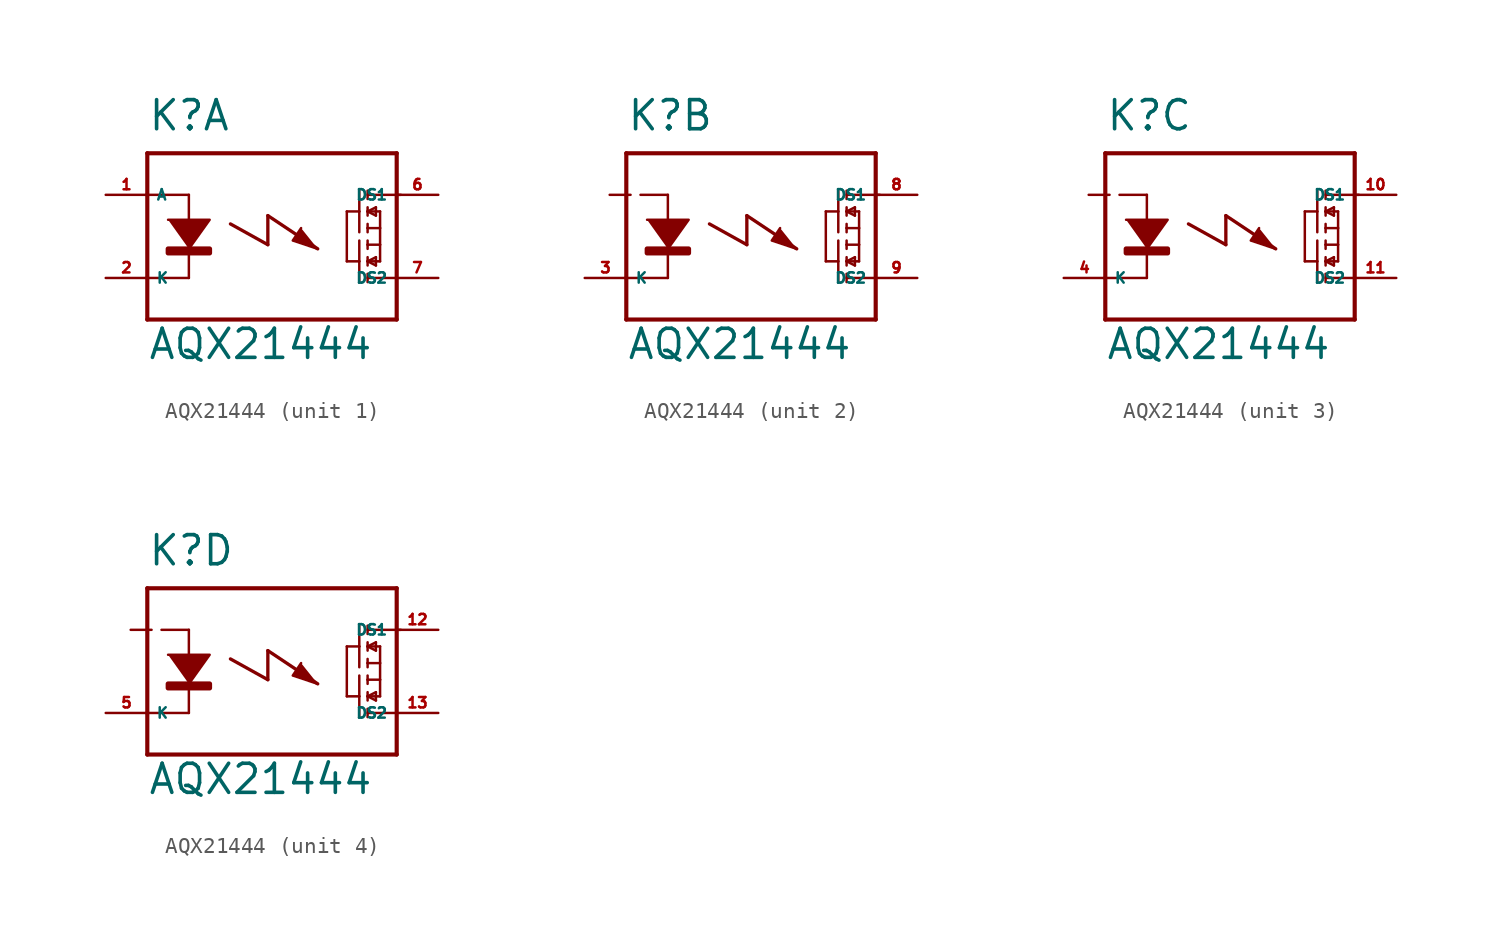
<source format=kicad_sym>
(kicad_symbol_lib
  (version 20220914)
  (generator Eagle2Kicad)
  (symbol "AQX21444"
    (property "Reference" "K"
      (at -7.62 6.35 0)
      (effects (font (size 1.778 1.778) (thickness 0.22)) (justify left bottom)))
    (property "Value" "AQX21444"
      (at -7.62 -7.62 0)
      (effects (font (size 1.778 1.778) (thickness 0.22)) (justify left bottom)))
    (symbol "AQX21444_1_0"
      (polyline (pts (xy -6.35 1.016) (xy -3.81 1.016) (xy -5.08 -0.762)) (stroke (width 0.152) (type default)) (fill (type outline)))
      (polyline (pts (xy 1.778 0.508) (xy 1.27 -0.254) (xy 2.794 -0.762)) (stroke (width 0.152) (type default)) (fill (type outline)))
      (polyline (pts (xy -5.08 2.54) (xy -5.08 -2.54)) (stroke (width 0.152) (type default)) (fill (type none)))
      (polyline (pts (xy 5.842 2.794) (xy 5.842 2.286)) (stroke (width 0.152) (type default)) (fill (type none)))
      (polyline (pts (xy 5.842 1.778) (xy 5.842 1.524)) (stroke (width 0.152) (type default)) (fill (type none)))
      (polyline (pts (xy 5.842 1.524) (xy 5.842 1.27)) (stroke (width 0.152) (type default)) (fill (type none)))
      (polyline (pts (xy 5.842 0.762) (xy 5.842 0.508)) (stroke (width 0.152) (type default)) (fill (type none)))
      (polyline (pts (xy 5.842 0.508) (xy 5.842 0.254)) (stroke (width 0.152) (type default)) (fill (type none)))
      (polyline (pts (xy 5.842 1.524) (xy 6.604 1.524)) (stroke (width 0.152) (type default)) (fill (type none)))
      (polyline (pts (xy 6.35 1.778) (xy 5.842 1.524)) (stroke (width 0.152) (type default)) (fill (type none)))
      (polyline (pts (xy 5.842 1.524) (xy 6.35 1.27)) (stroke (width 0.152) (type default)) (fill (type none)))
      (polyline (pts (xy 6.35 1.27) (xy 6.35 1.778)) (stroke (width 0.152) (type default)) (fill (type none)))
      (polyline (pts (xy 5.842 0.508) (xy 6.604 0.508)) (stroke (width 0.152) (type default)) (fill (type none)))
      (polyline (pts (xy 6.604 0.508) (xy 6.604 1.524)) (stroke (width 0.152) (type default)) (fill (type none)))
      (polyline (pts (xy 5.334 2.794) (xy 5.334 1.524)) (stroke (width 0.152) (type default)) (fill (type none)))
      (polyline (pts (xy 5.334 1.524) (xy 5.334 0.254)) (stroke (width 0.152) (type default)) (fill (type none)))
      (polyline (pts (xy 5.334 1.524) (xy 4.572 1.524)) (stroke (width 0.152) (type default)) (fill (type none)))
      (polyline (pts (xy 5.842 -2.794) (xy 5.842 -2.286)) (stroke (width 0.152) (type default)) (fill (type none)))
      (polyline (pts (xy 5.842 -1.778) (xy 5.842 -1.524)) (stroke (width 0.152) (type default)) (fill (type none)))
      (polyline (pts (xy 5.842 -1.524) (xy 5.842 -1.27)) (stroke (width 0.152) (type default)) (fill (type none)))
      (polyline (pts (xy 5.842 -0.762) (xy 5.842 -0.508)) (stroke (width 0.152) (type default)) (fill (type none)))
      (polyline (pts (xy 5.842 -0.508) (xy 5.842 -0.254)) (stroke (width 0.152) (type default)) (fill (type none)))
      (polyline (pts (xy 5.842 -1.524) (xy 6.604 -1.524)) (stroke (width 0.152) (type default)) (fill (type none)))
      (polyline (pts (xy 6.35 -1.778) (xy 5.842 -1.524)) (stroke (width 0.152) (type default)) (fill (type none)))
      (polyline (pts (xy 5.842 -1.524) (xy 6.35 -1.27)) (stroke (width 0.152) (type default)) (fill (type none)))
      (polyline (pts (xy 6.35 -1.27) (xy 6.35 -1.778)) (stroke (width 0.152) (type default)) (fill (type none)))
      (polyline (pts (xy 5.842 -0.508) (xy 6.604 -0.508)) (stroke (width 0.152) (type default)) (fill (type none)))
      (polyline (pts (xy 6.604 -0.508) (xy 6.604 -1.524)) (stroke (width 0.152) (type default)) (fill (type none)))
      (polyline (pts (xy 6.604 0.508) (xy 6.604 -0.508)) (stroke (width 0.152) (type default)) (fill (type none)))
      (polyline (pts (xy 5.334 -2.794) (xy 5.334 -1.524)) (stroke (width 0.152) (type default)) (fill (type none)))
      (polyline (pts (xy 5.334 -1.524) (xy 5.334 -0.254)) (stroke (width 0.152) (type default)) (fill (type none)))
      (polyline (pts (xy 5.334 -1.524) (xy 4.572 -1.524)) (stroke (width 0.152) (type default)) (fill (type none)))
      (polyline (pts (xy 4.572 1.524) (xy 4.572 -1.524)) (stroke (width 0.152) (type default)) (fill (type none)))
      (polyline (pts (xy -7.62 5.08) (xy -7.62 2.54)) (stroke (width 0.254) (type default)) (fill (type none)))
      (polyline (pts (xy -7.62 2.54) (xy -7.62 -2.54)) (stroke (width 0.254) (type default)) (fill (type none)))
      (polyline (pts (xy -7.62 -2.54) (xy -7.62 -5.08)) (stroke (width 0.254) (type default)) (fill (type none)))
      (polyline (pts (xy -7.62 -5.08) (xy 7.62 -5.08)) (stroke (width 0.254) (type default)) (fill (type none)))
      (polyline (pts (xy 5.842 2.54) (xy 7.874 2.54)) (stroke (width 0.152) (type default)) (fill (type none)))
      (polyline (pts (xy 5.842 -2.54) (xy 7.62 -2.54)) (stroke (width 0.152) (type default)) (fill (type none)))
      (polyline (pts (xy 7.62 -5.08) (xy 7.62 5.08)) (stroke (width 0.254) (type default)) (fill (type none)))
      (polyline (pts (xy 7.62 5.08) (xy -7.62 5.08)) (stroke (width 0.254) (type default)) (fill (type none)))
      (polyline (pts (xy -5.08 2.54) (xy -7.62 2.54)) (stroke (width 0.152) (type default)) (fill (type none)))
      (polyline (pts (xy -5.08 -2.54) (xy -7.62 -2.54)) (stroke (width 0.152) (type default)) (fill (type none)))
      (polyline (pts (xy -2.54 0.762) (xy -0.254 -0.508)) (stroke (width 0.203) (type default)) (fill (type none)))
      (polyline (pts (xy -0.254 -0.508) (xy -0.254 1.27)) (stroke (width 0.203) (type default)) (fill (type none)))
      (polyline (pts (xy -0.254 1.27) (xy 2.794 -0.762)) (stroke (width 0.203) (type default)) (fill (type none)))
      (rectangle (start -6.35 -1.016) (end -3.81 -0.762) (stroke (width 0.3) (type default)) (fill (type outline)))
      (pin passive line (at -10.16 2.54 0) (length 2.54) (name "A" (effects (font (size 0.635 0.635) (thickness 0.08)) (justify left bottom))) (number "1" (effects (font (size 0.635 0.635) (thickness 0.08)) (justify left bottom))))
      (pin passive line (at -10.16 -2.54 0) (length 2.54) (name "K" (effects (font (size 0.635 0.635) (thickness 0.08)) (justify left bottom))) (number "2" (effects (font (size 0.635 0.635) (thickness 0.08)) (justify left bottom))))
      (pin passive line (at 10.16 2.54 180) (length 2.54) (name "DS1" (effects (font (size 0.635 0.635) (thickness 0.08)) (justify left bottom))) (number "6" (effects (font (size 0.635 0.635) (thickness 0.08)) (justify left bottom))))
      (pin passive line (at 10.16 -2.54 180) (length 2.54) (name "DS2" (effects (font (size 0.635 0.635) (thickness 0.08)) (justify left bottom))) (number "7" (effects (font (size 0.635 0.635) (thickness 0.08)) (justify left bottom)))))
    (symbol "AQX21444_2_0"
      (polyline (pts (xy -6.35 1.016) (xy -3.81 1.016) (xy -5.08 -0.762)) (stroke (width 0.152) (type default)) (fill (type outline)))
      (polyline (pts (xy 1.778 0.508) (xy 1.27 -0.254) (xy 2.794 -0.762)) (stroke (width 0.152) (type default)) (fill (type outline)))
      (polyline (pts (xy -5.08 2.54) (xy -5.08 -2.54)) (stroke (width 0.152) (type default)) (fill (type none)))
      (polyline (pts (xy -7.62 5.08) (xy -7.62 -2.54)) (stroke (width 0.254) (type default)) (fill (type none)))
      (polyline (pts (xy -7.62 -2.54) (xy -7.62 -5.08)) (stroke (width 0.254) (type default)) (fill (type none)))
      (polyline (pts (xy -7.62 -5.08) (xy 7.62 -5.08)) (stroke (width 0.254) (type default)) (fill (type none)))
      (polyline (pts (xy 7.62 -5.08) (xy 7.62 5.08)) (stroke (width 0.254) (type default)) (fill (type none)))
      (polyline (pts (xy 7.62 5.08) (xy -7.62 5.08)) (stroke (width 0.254) (type default)) (fill (type none)))
      (polyline (pts (xy -5.08 2.54) (xy -8.636 2.54)) (stroke (width 0.152) (type dash)) (fill (type none)))
      (polyline (pts (xy 5.842 2.794) (xy 5.842 2.286)) (stroke (width 0.152) (type default)) (fill (type none)))
      (polyline (pts (xy 5.842 1.778) (xy 5.842 1.524)) (stroke (width 0.152) (type default)) (fill (type none)))
      (polyline (pts (xy 5.842 1.524) (xy 5.842 1.27)) (stroke (width 0.152) (type default)) (fill (type none)))
      (polyline (pts (xy 5.842 0.762) (xy 5.842 0.508)) (stroke (width 0.152) (type default)) (fill (type none)))
      (polyline (pts (xy 5.842 0.508) (xy 5.842 0.254)) (stroke (width 0.152) (type default)) (fill (type none)))
      (polyline (pts (xy 5.842 1.524) (xy 6.604 1.524)) (stroke (width 0.152) (type default)) (fill (type none)))
      (polyline (pts (xy 6.35 1.778) (xy 5.842 1.524)) (stroke (width 0.152) (type default)) (fill (type none)))
      (polyline (pts (xy 5.842 1.524) (xy 6.35 1.27)) (stroke (width 0.152) (type default)) (fill (type none)))
      (polyline (pts (xy 6.35 1.27) (xy 6.35 1.778)) (stroke (width 0.152) (type default)) (fill (type none)))
      (polyline (pts (xy 5.842 0.508) (xy 6.604 0.508)) (stroke (width 0.152) (type default)) (fill (type none)))
      (polyline (pts (xy 6.604 0.508) (xy 6.604 1.524)) (stroke (width 0.152) (type default)) (fill (type none)))
      (polyline (pts (xy 5.334 2.794) (xy 5.334 1.524)) (stroke (width 0.152) (type default)) (fill (type none)))
      (polyline (pts (xy 5.334 1.524) (xy 5.334 0.254)) (stroke (width 0.152) (type default)) (fill (type none)))
      (polyline (pts (xy 5.334 1.524) (xy 4.572 1.524)) (stroke (width 0.152) (type default)) (fill (type none)))
      (polyline (pts (xy 5.842 -2.794) (xy 5.842 -2.286)) (stroke (width 0.152) (type default)) (fill (type none)))
      (polyline (pts (xy 5.842 -1.778) (xy 5.842 -1.524)) (stroke (width 0.152) (type default)) (fill (type none)))
      (polyline (pts (xy 5.842 -1.524) (xy 5.842 -1.27)) (stroke (width 0.152) (type default)) (fill (type none)))
      (polyline (pts (xy 5.842 -0.762) (xy 5.842 -0.508)) (stroke (width 0.152) (type default)) (fill (type none)))
      (polyline (pts (xy 5.842 -0.508) (xy 5.842 -0.254)) (stroke (width 0.152) (type default)) (fill (type none)))
      (polyline (pts (xy 5.842 -1.524) (xy 6.604 -1.524)) (stroke (width 0.152) (type default)) (fill (type none)))
      (polyline (pts (xy 6.35 -1.778) (xy 5.842 -1.524)) (stroke (width 0.152) (type default)) (fill (type none)))
      (polyline (pts (xy 5.842 -1.524) (xy 6.35 -1.27)) (stroke (width 0.152) (type default)) (fill (type none)))
      (polyline (pts (xy 6.35 -1.27) (xy 6.35 -1.778)) (stroke (width 0.152) (type default)) (fill (type none)))
      (polyline (pts (xy 5.842 -0.508) (xy 6.604 -0.508)) (stroke (width 0.152) (type default)) (fill (type none)))
      (polyline (pts (xy 6.604 -0.508) (xy 6.604 -1.524)) (stroke (width 0.152) (type default)) (fill (type none)))
      (polyline (pts (xy 6.604 0.508) (xy 6.604 -0.508)) (stroke (width 0.152) (type default)) (fill (type none)))
      (polyline (pts (xy 5.334 -2.794) (xy 5.334 -1.524)) (stroke (width 0.152) (type default)) (fill (type none)))
      (polyline (pts (xy 5.334 -1.524) (xy 5.334 -0.254)) (stroke (width 0.152) (type default)) (fill (type none)))
      (polyline (pts (xy 5.334 -1.524) (xy 4.572 -1.524)) (stroke (width 0.152) (type default)) (fill (type none)))
      (polyline (pts (xy 4.572 1.524) (xy 4.572 -1.524)) (stroke (width 0.152) (type default)) (fill (type none)))
      (polyline (pts (xy 5.842 2.54) (xy 7.874 2.54)) (stroke (width 0.152) (type default)) (fill (type none)))
      (polyline (pts (xy 5.842 -2.54) (xy 7.62 -2.54)) (stroke (width 0.152) (type default)) (fill (type none)))
      (polyline (pts (xy -5.08 -2.54) (xy -7.62 -2.54)) (stroke (width 0.152) (type default)) (fill (type none)))
      (polyline (pts (xy -2.54 0.762) (xy -0.254 -0.508)) (stroke (width 0.203) (type default)) (fill (type none)))
      (polyline (pts (xy -0.254 -0.508) (xy -0.254 1.27)) (stroke (width 0.203) (type default)) (fill (type none)))
      (polyline (pts (xy -0.254 1.27) (xy 2.794 -0.762)) (stroke (width 0.203) (type default)) (fill (type none)))
      (rectangle (start -6.35 -1.016) (end -3.81 -0.762) (stroke (width 0.3) (type default)) (fill (type outline)))
      (pin passive line (at -10.16 -2.54 0) (length 2.54) (name "K" (effects (font (size 0.635 0.635) (thickness 0.08)) (justify left bottom))) (number "3" (effects (font (size 0.635 0.635) (thickness 0.08)) (justify left bottom))))
      (pin passive line (at 10.16 2.54 180) (length 2.54) (name "DS1" (effects (font (size 0.635 0.635) (thickness 0.08)) (justify left bottom))) (number "8" (effects (font (size 0.635 0.635) (thickness 0.08)) (justify left bottom))))
      (pin passive line (at 10.16 -2.54 180) (length 2.54) (name "DS2" (effects (font (size 0.635 0.635) (thickness 0.08)) (justify left bottom))) (number "9" (effects (font (size 0.635 0.635) (thickness 0.08)) (justify left bottom)))))
    (symbol "AQX21444_3_0"
      (polyline (pts (xy -6.35 1.016) (xy -3.81 1.016) (xy -5.08 -0.762)) (stroke (width 0.152) (type default)) (fill (type outline)))
      (polyline (pts (xy 1.778 0.508) (xy 1.27 -0.254) (xy 2.794 -0.762)) (stroke (width 0.152) (type default)) (fill (type outline)))
      (polyline (pts (xy -5.08 2.54) (xy -5.08 -2.54)) (stroke (width 0.152) (type default)) (fill (type none)))
      (polyline (pts (xy -7.62 5.08) (xy -7.62 -2.54)) (stroke (width 0.254) (type default)) (fill (type none)))
      (polyline (pts (xy -7.62 -2.54) (xy -7.62 -5.08)) (stroke (width 0.254) (type default)) (fill (type none)))
      (polyline (pts (xy -7.62 -5.08) (xy 7.62 -5.08)) (stroke (width 0.254) (type default)) (fill (type none)))
      (polyline (pts (xy 7.62 -5.08) (xy 7.62 5.08)) (stroke (width 0.254) (type default)) (fill (type none)))
      (polyline (pts (xy 7.62 5.08) (xy -7.62 5.08)) (stroke (width 0.254) (type default)) (fill (type none)))
      (polyline (pts (xy -5.08 2.54) (xy -8.636 2.54)) (stroke (width 0.152) (type dash)) (fill (type none)))
      (polyline (pts (xy 5.842 2.794) (xy 5.842 2.286)) (stroke (width 0.152) (type default)) (fill (type none)))
      (polyline (pts (xy 5.842 1.778) (xy 5.842 1.524)) (stroke (width 0.152) (type default)) (fill (type none)))
      (polyline (pts (xy 5.842 1.524) (xy 5.842 1.27)) (stroke (width 0.152) (type default)) (fill (type none)))
      (polyline (pts (xy 5.842 0.762) (xy 5.842 0.508)) (stroke (width 0.152) (type default)) (fill (type none)))
      (polyline (pts (xy 5.842 0.508) (xy 5.842 0.254)) (stroke (width 0.152) (type default)) (fill (type none)))
      (polyline (pts (xy 5.842 1.524) (xy 6.604 1.524)) (stroke (width 0.152) (type default)) (fill (type none)))
      (polyline (pts (xy 6.35 1.778) (xy 5.842 1.524)) (stroke (width 0.152) (type default)) (fill (type none)))
      (polyline (pts (xy 5.842 1.524) (xy 6.35 1.27)) (stroke (width 0.152) (type default)) (fill (type none)))
      (polyline (pts (xy 6.35 1.27) (xy 6.35 1.778)) (stroke (width 0.152) (type default)) (fill (type none)))
      (polyline (pts (xy 5.842 0.508) (xy 6.604 0.508)) (stroke (width 0.152) (type default)) (fill (type none)))
      (polyline (pts (xy 6.604 0.508) (xy 6.604 1.524)) (stroke (width 0.152) (type default)) (fill (type none)))
      (polyline (pts (xy 5.334 2.794) (xy 5.334 1.524)) (stroke (width 0.152) (type default)) (fill (type none)))
      (polyline (pts (xy 5.334 1.524) (xy 5.334 0.254)) (stroke (width 0.152) (type default)) (fill (type none)))
      (polyline (pts (xy 5.334 1.524) (xy 4.572 1.524)) (stroke (width 0.152) (type default)) (fill (type none)))
      (polyline (pts (xy 5.842 -2.794) (xy 5.842 -2.286)) (stroke (width 0.152) (type default)) (fill (type none)))
      (polyline (pts (xy 5.842 -1.778) (xy 5.842 -1.524)) (stroke (width 0.152) (type default)) (fill (type none)))
      (polyline (pts (xy 5.842 -1.524) (xy 5.842 -1.27)) (stroke (width 0.152) (type default)) (fill (type none)))
      (polyline (pts (xy 5.842 -0.762) (xy 5.842 -0.508)) (stroke (width 0.152) (type default)) (fill (type none)))
      (polyline (pts (xy 5.842 -0.508) (xy 5.842 -0.254)) (stroke (width 0.152) (type default)) (fill (type none)))
      (polyline (pts (xy 5.842 -1.524) (xy 6.604 -1.524)) (stroke (width 0.152) (type default)) (fill (type none)))
      (polyline (pts (xy 6.35 -1.778) (xy 5.842 -1.524)) (stroke (width 0.152) (type default)) (fill (type none)))
      (polyline (pts (xy 5.842 -1.524) (xy 6.35 -1.27)) (stroke (width 0.152) (type default)) (fill (type none)))
      (polyline (pts (xy 6.35 -1.27) (xy 6.35 -1.778)) (stroke (width 0.152) (type default)) (fill (type none)))
      (polyline (pts (xy 5.842 -0.508) (xy 6.604 -0.508)) (stroke (width 0.152) (type default)) (fill (type none)))
      (polyline (pts (xy 6.604 -0.508) (xy 6.604 -1.524)) (stroke (width 0.152) (type default)) (fill (type none)))
      (polyline (pts (xy 6.604 0.508) (xy 6.604 -0.508)) (stroke (width 0.152) (type default)) (fill (type none)))
      (polyline (pts (xy 5.334 -2.794) (xy 5.334 -1.524)) (stroke (width 0.152) (type default)) (fill (type none)))
      (polyline (pts (xy 5.334 -1.524) (xy 5.334 -0.254)) (stroke (width 0.152) (type default)) (fill (type none)))
      (polyline (pts (xy 5.334 -1.524) (xy 4.572 -1.524)) (stroke (width 0.152) (type default)) (fill (type none)))
      (polyline (pts (xy 4.572 1.524) (xy 4.572 -1.524)) (stroke (width 0.152) (type default)) (fill (type none)))
      (polyline (pts (xy 5.842 2.54) (xy 7.874 2.54)) (stroke (width 0.152) (type default)) (fill (type none)))
      (polyline (pts (xy 5.842 -2.54) (xy 7.62 -2.54)) (stroke (width 0.152) (type default)) (fill (type none)))
      (polyline (pts (xy -5.08 -2.54) (xy -7.62 -2.54)) (stroke (width 0.152) (type default)) (fill (type none)))
      (polyline (pts (xy -2.54 0.762) (xy -0.254 -0.508)) (stroke (width 0.203) (type default)) (fill (type none)))
      (polyline (pts (xy -0.254 -0.508) (xy -0.254 1.27)) (stroke (width 0.203) (type default)) (fill (type none)))
      (polyline (pts (xy -0.254 1.27) (xy 2.794 -0.762)) (stroke (width 0.203) (type default)) (fill (type none)))
      (rectangle (start -6.35 -1.016) (end -3.81 -0.762) (stroke (width 0.3) (type default)) (fill (type outline)))
      (pin passive line (at -10.16 -2.54 0) (length 2.54) (name "K" (effects (font (size 0.635 0.635) (thickness 0.08)) (justify left bottom))) (number "4" (effects (font (size 0.635 0.635) (thickness 0.08)) (justify left bottom))))
      (pin passive line (at 10.16 2.54 180) (length 2.54) (name "DS1" (effects (font (size 0.635 0.635) (thickness 0.08)) (justify left bottom))) (number "10" (effects (font (size 0.635 0.635) (thickness 0.08)) (justify left bottom))))
      (pin passive line (at 10.16 -2.54 180) (length 2.54) (name "DS2" (effects (font (size 0.635 0.635) (thickness 0.08)) (justify left bottom))) (number "11" (effects (font (size 0.635 0.635) (thickness 0.08)) (justify left bottom)))))
    (symbol "AQX21444_4_0"
      (polyline (pts (xy -6.35 1.016) (xy -3.81 1.016) (xy -5.08 -0.762)) (stroke (width 0.152) (type default)) (fill (type outline)))
      (polyline (pts (xy 1.778 0.508) (xy 1.27 -0.254) (xy 2.794 -0.762)) (stroke (width 0.152) (type default)) (fill (type outline)))
      (polyline (pts (xy -5.08 2.54) (xy -5.08 -2.54)) (stroke (width 0.152) (type default)) (fill (type none)))
      (polyline (pts (xy -7.62 5.08) (xy -7.62 -2.54)) (stroke (width 0.254) (type default)) (fill (type none)))
      (polyline (pts (xy -7.62 -2.54) (xy -7.62 -5.08)) (stroke (width 0.254) (type default)) (fill (type none)))
      (polyline (pts (xy -7.62 -5.08) (xy 7.62 -5.08)) (stroke (width 0.254) (type default)) (fill (type none)))
      (polyline (pts (xy 7.62 -5.08) (xy 7.62 5.08)) (stroke (width 0.254) (type default)) (fill (type none)))
      (polyline (pts (xy 7.62 5.08) (xy -7.62 5.08)) (stroke (width 0.254) (type default)) (fill (type none)))
      (polyline (pts (xy -5.08 2.54) (xy -8.636 2.54)) (stroke (width 0.152) (type dash)) (fill (type none)))
      (polyline (pts (xy 5.842 2.794) (xy 5.842 2.286)) (stroke (width 0.152) (type default)) (fill (type none)))
      (polyline (pts (xy 5.842 1.778) (xy 5.842 1.524)) (stroke (width 0.152) (type default)) (fill (type none)))
      (polyline (pts (xy 5.842 1.524) (xy 5.842 1.27)) (stroke (width 0.152) (type default)) (fill (type none)))
      (polyline (pts (xy 5.842 0.762) (xy 5.842 0.508)) (stroke (width 0.152) (type default)) (fill (type none)))
      (polyline (pts (xy 5.842 0.508) (xy 5.842 0.254)) (stroke (width 0.152) (type default)) (fill (type none)))
      (polyline (pts (xy 5.842 1.524) (xy 6.604 1.524)) (stroke (width 0.152) (type default)) (fill (type none)))
      (polyline (pts (xy 6.35 1.778) (xy 5.842 1.524)) (stroke (width 0.152) (type default)) (fill (type none)))
      (polyline (pts (xy 5.842 1.524) (xy 6.35 1.27)) (stroke (width 0.152) (type default)) (fill (type none)))
      (polyline (pts (xy 6.35 1.27) (xy 6.35 1.778)) (stroke (width 0.152) (type default)) (fill (type none)))
      (polyline (pts (xy 5.842 0.508) (xy 6.604 0.508)) (stroke (width 0.152) (type default)) (fill (type none)))
      (polyline (pts (xy 6.604 0.508) (xy 6.604 1.524)) (stroke (width 0.152) (type default)) (fill (type none)))
      (polyline (pts (xy 5.334 2.794) (xy 5.334 1.524)) (stroke (width 0.152) (type default)) (fill (type none)))
      (polyline (pts (xy 5.334 1.524) (xy 5.334 0.254)) (stroke (width 0.152) (type default)) (fill (type none)))
      (polyline (pts (xy 5.334 1.524) (xy 4.572 1.524)) (stroke (width 0.152) (type default)) (fill (type none)))
      (polyline (pts (xy 5.842 -2.794) (xy 5.842 -2.286)) (stroke (width 0.152) (type default)) (fill (type none)))
      (polyline (pts (xy 5.842 -1.778) (xy 5.842 -1.524)) (stroke (width 0.152) (type default)) (fill (type none)))
      (polyline (pts (xy 5.842 -1.524) (xy 5.842 -1.27)) (stroke (width 0.152) (type default)) (fill (type none)))
      (polyline (pts (xy 5.842 -0.762) (xy 5.842 -0.508)) (stroke (width 0.152) (type default)) (fill (type none)))
      (polyline (pts (xy 5.842 -0.508) (xy 5.842 -0.254)) (stroke (width 0.152) (type default)) (fill (type none)))
      (polyline (pts (xy 5.842 -1.524) (xy 6.604 -1.524)) (stroke (width 0.152) (type default)) (fill (type none)))
      (polyline (pts (xy 6.35 -1.778) (xy 5.842 -1.524)) (stroke (width 0.152) (type default)) (fill (type none)))
      (polyline (pts (xy 5.842 -1.524) (xy 6.35 -1.27)) (stroke (width 0.152) (type default)) (fill (type none)))
      (polyline (pts (xy 6.35 -1.27) (xy 6.35 -1.778)) (stroke (width 0.152) (type default)) (fill (type none)))
      (polyline (pts (xy 5.842 -0.508) (xy 6.604 -0.508)) (stroke (width 0.152) (type default)) (fill (type none)))
      (polyline (pts (xy 6.604 -0.508) (xy 6.604 -1.524)) (stroke (width 0.152) (type default)) (fill (type none)))
      (polyline (pts (xy 6.604 0.508) (xy 6.604 -0.508)) (stroke (width 0.152) (type default)) (fill (type none)))
      (polyline (pts (xy 5.334 -2.794) (xy 5.334 -1.524)) (stroke (width 0.152) (type default)) (fill (type none)))
      (polyline (pts (xy 5.334 -1.524) (xy 5.334 -0.254)) (stroke (width 0.152) (type default)) (fill (type none)))
      (polyline (pts (xy 5.334 -1.524) (xy 4.572 -1.524)) (stroke (width 0.152) (type default)) (fill (type none)))
      (polyline (pts (xy 4.572 1.524) (xy 4.572 -1.524)) (stroke (width 0.152) (type default)) (fill (type none)))
      (polyline (pts (xy 5.842 2.54) (xy 7.874 2.54)) (stroke (width 0.152) (type default)) (fill (type none)))
      (polyline (pts (xy 5.842 -2.54) (xy 7.62 -2.54)) (stroke (width 0.152) (type default)) (fill (type none)))
      (polyline (pts (xy -5.08 -2.54) (xy -7.62 -2.54)) (stroke (width 0.152) (type default)) (fill (type none)))
      (polyline (pts (xy -2.54 0.762) (xy -0.254 -0.508)) (stroke (width 0.203) (type default)) (fill (type none)))
      (polyline (pts (xy -0.254 -0.508) (xy -0.254 1.27)) (stroke (width 0.203) (type default)) (fill (type none)))
      (polyline (pts (xy -0.254 1.27) (xy 2.794 -0.762)) (stroke (width 0.203) (type default)) (fill (type none)))
      (rectangle (start -6.35 -1.016) (end -3.81 -0.762) (stroke (width 0.3) (type default)) (fill (type outline)))
      (pin passive line (at -10.16 -2.54 0) (length 2.54) (name "K" (effects (font (size 0.635 0.635) (thickness 0.08)) (justify left bottom))) (number "5" (effects (font (size 0.635 0.635) (thickness 0.08)) (justify left bottom))))
      (pin passive line (at 10.16 2.54 180) (length 2.54) (name "DS1" (effects (font (size 0.635 0.635) (thickness 0.08)) (justify left bottom))) (number "12" (effects (font (size 0.635 0.635) (thickness 0.08)) (justify left bottom))))
      (pin passive line (at 10.16 -2.54 180) (length 2.54) (name "DS2" (effects (font (size 0.635 0.635) (thickness 0.08)) (justify left bottom))) (number "13" (effects (font (size 0.635 0.635) (thickness 0.08)) (justify left bottom)))))))
</source>
